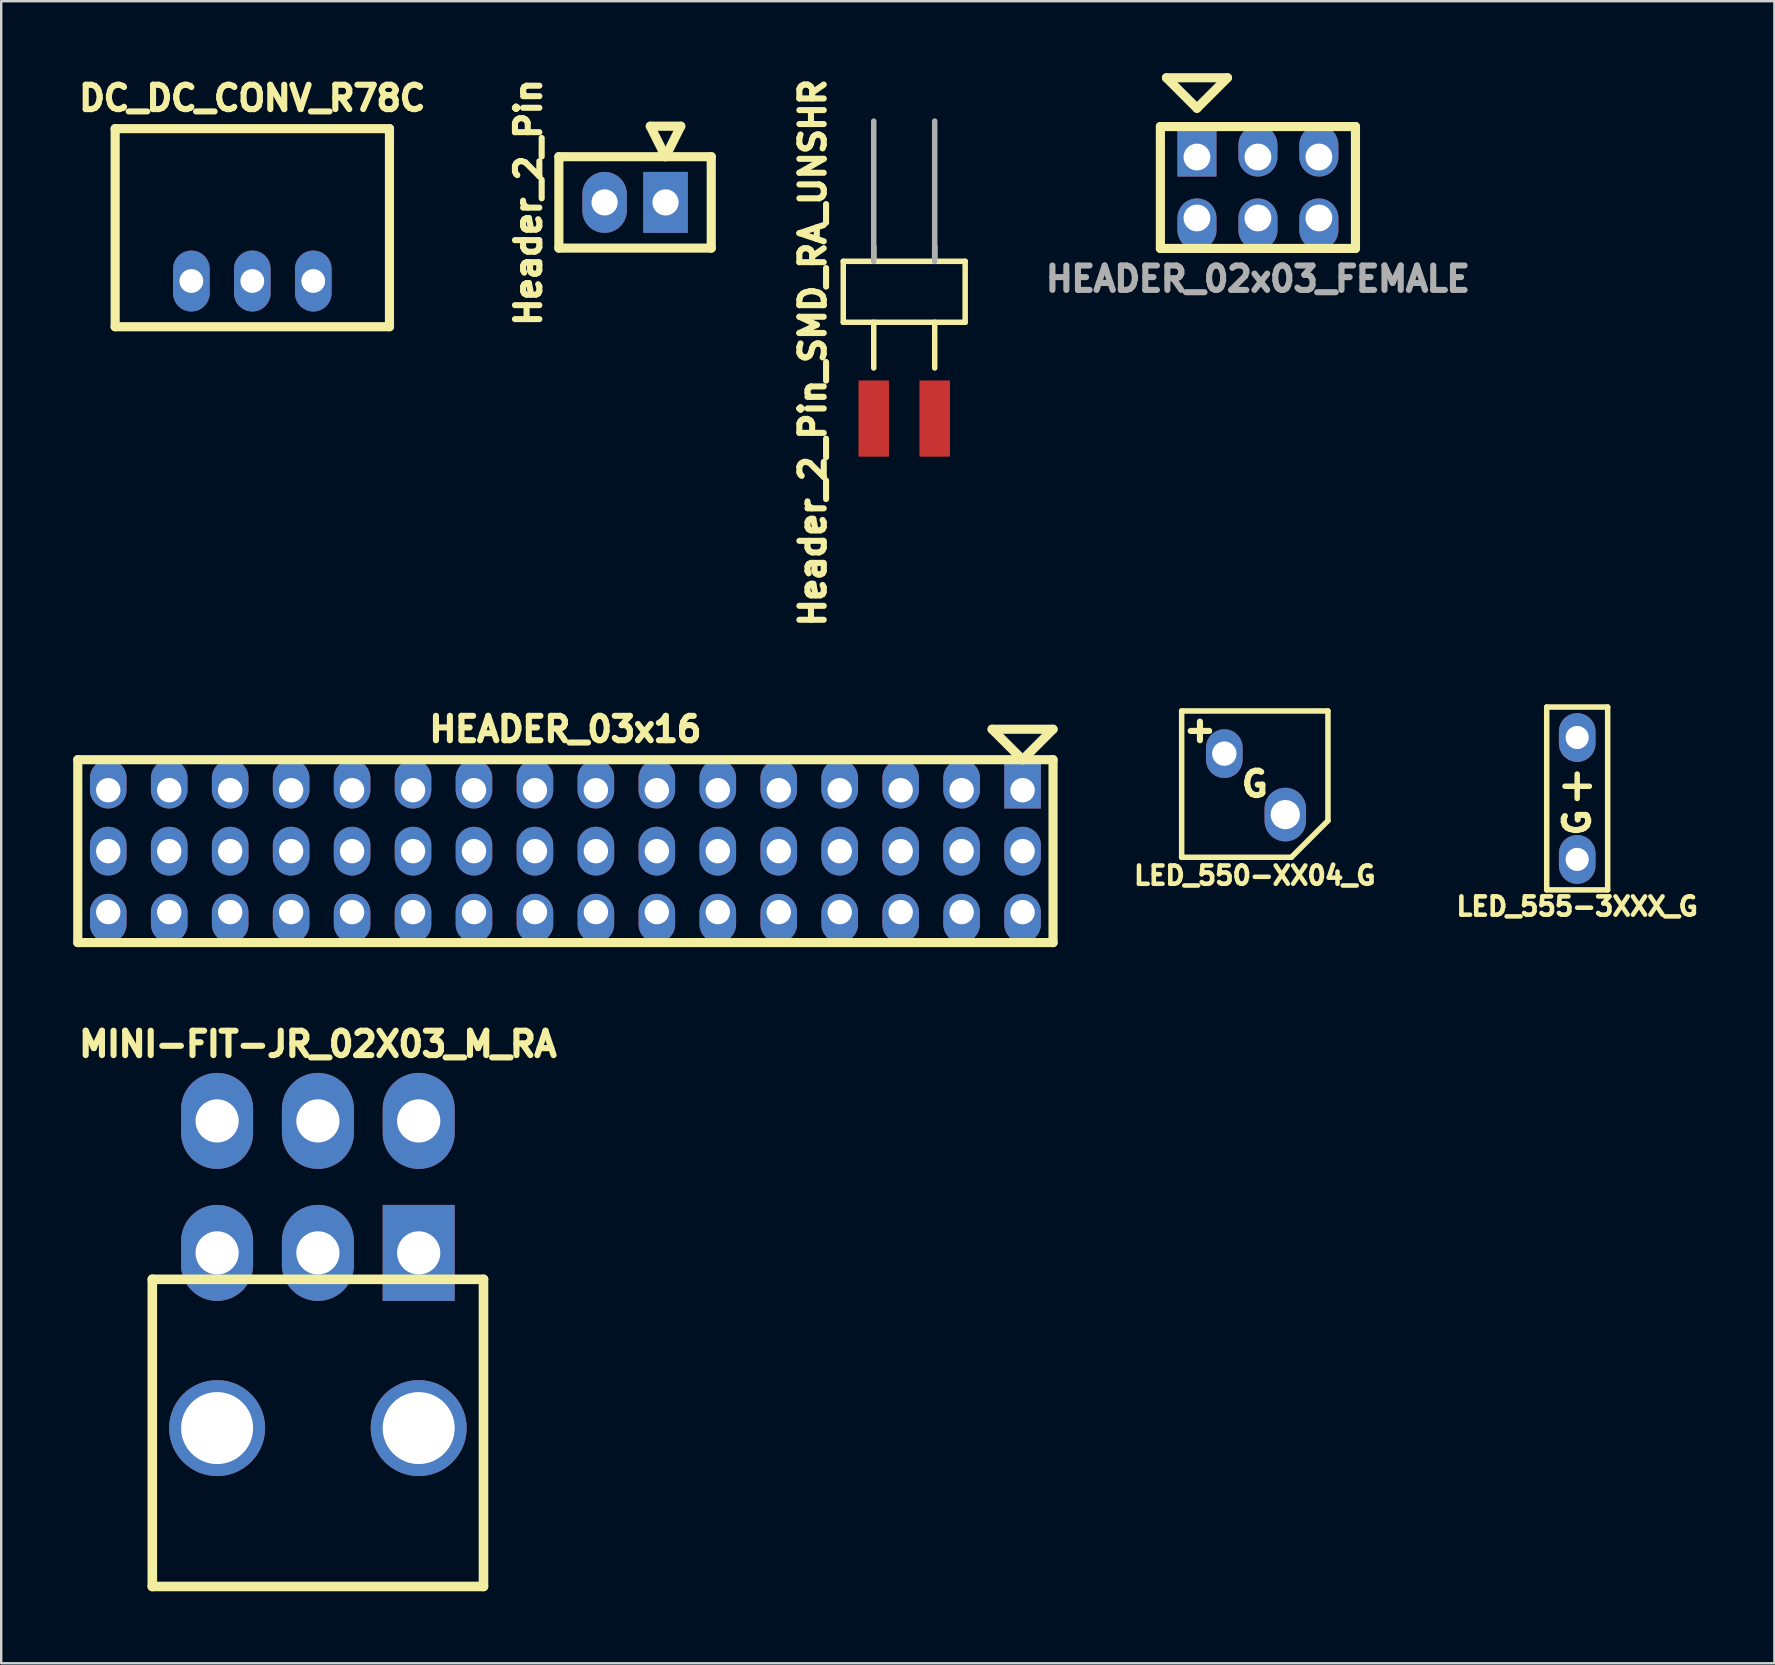
<source format=kicad_pcb>
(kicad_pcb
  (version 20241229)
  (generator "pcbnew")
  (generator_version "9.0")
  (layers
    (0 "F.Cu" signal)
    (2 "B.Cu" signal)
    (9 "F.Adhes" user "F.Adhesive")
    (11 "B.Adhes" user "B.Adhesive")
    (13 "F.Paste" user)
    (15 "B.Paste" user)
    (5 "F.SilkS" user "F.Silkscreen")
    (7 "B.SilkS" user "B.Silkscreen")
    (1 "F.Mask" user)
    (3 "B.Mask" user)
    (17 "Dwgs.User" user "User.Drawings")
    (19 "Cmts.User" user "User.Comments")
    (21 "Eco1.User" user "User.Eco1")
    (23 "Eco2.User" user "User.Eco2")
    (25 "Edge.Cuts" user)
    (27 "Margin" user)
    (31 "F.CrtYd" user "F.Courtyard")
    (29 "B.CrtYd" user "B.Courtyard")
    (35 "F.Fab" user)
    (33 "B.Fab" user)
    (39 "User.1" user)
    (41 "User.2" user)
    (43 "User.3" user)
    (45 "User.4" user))
  (footprint "Header_2_Pin"
    (layer "F.Cu")
    (at 23.413 5.384)
    (property "Reference" "Header_2_Pin" (at -4.445 0 90) (layer "F.SilkS") (effects (font (size 1.016 1.016) (thickness 0.254))))
    (attr through_hole)
    (fp_line (start -3.175 -1.905) (end -3.175 1.905) (stroke (width 0.381) (type solid)) (layer "F.SilkS"))
    (fp_line (start 0.635 -3.175) (end 1.27 -1.905) (stroke (width 0.381) (type solid)) (layer "F.SilkS"))
    (fp_line (start 1.27 -1.905) (end 1.905 -3.175) (stroke (width 0.381) (type solid)) (layer "F.SilkS"))
    (fp_line (start 1.905 -3.175) (end 0.635 -3.175) (stroke (width 0.381) (type solid)) (layer "F.SilkS"))
    (fp_line (start 3.175 -1.905) (end -3.175 -1.905) (stroke (width 0.381) (type solid)) (layer "F.SilkS"))
    (fp_line (start 3.175 1.905) (end -3.175 1.905) (stroke (width 0.381) (type solid)) (layer "F.SilkS"))
    (fp_line (start 3.175 1.905) (end 3.175 -1.905) (stroke (width 0.381) (type solid)) (layer "F.SilkS"))
    (pad "1" thru_hole rect (at 1.27 0) (size 1.854 2.54) (drill 1.092) (layers "*.Cu" "*.Mask"))
    (pad "2" thru_hole oval (at -1.27 0) (size 1.854 2.54) (drill 1.092) (layers "*.Cu" "*.Mask")))
  (footprint "LED_555-3XXX_G"
    (layer "F.Cu")
    (at 62.672 30.222)
    (property "Reference" "LED_555-3XXX_G" (at 0 4.5 0) (layer "F.SilkS") (effects (font (size 0.762 0.762) (thickness 0.191))))
    (attr through_hole)
    (fp_line (start -1.27 -3.81) (end 1.27 -3.81) (stroke (width 0.229) (type solid)) (layer "F.SilkS"))
    (fp_line (start -1.27 3.81) (end -1.27 -3.81) (stroke (width 0.229) (type solid)) (layer "F.SilkS"))
    (fp_line (start -0.508 -0.508) (end 0.508 -0.508) (stroke (width 0.229) (type solid)) (layer "F.SilkS"))
    (fp_line (start 0 0) (end 0 -1.016) (stroke (width 0.229) (type solid)) (layer "F.SilkS"))
    (fp_line (start 1.27 -3.81) (end 1.27 3.81) (stroke (width 0.229) (type solid)) (layer "F.SilkS"))
    (fp_line (start 1.27 3.81) (end -1.27 3.81) (stroke (width 0.229) (type solid)) (layer "F.SilkS"))
    (fp_text user "G" (at 0 1 90) (layer "F.SilkS") (effects (font (size 1.016 1.016) (thickness 0.254))))
    (pad "1" thru_hole oval (at 0 -2.54) (size 1.524 2.032) (drill 0.965) (layers "*.Cu" "*.Mask"))
    (pad "2" thru_hole oval (at 0 2.54) (size 1.524 2.032) (drill 0.965) (layers "*.Cu" "*.Mask")))
  (footprint "MINI-FIT-JR_02X03_M_RA"
    (layer "F.Cu")
    (at 10.197 56.459)
    (property "Reference" "MINI-FIT-JR_02X03_M_RA" (at 0 -16 0) (layer "F.SilkS") (effects (font (size 1.016 1.016) (thickness 0.254))))
    (attr through_hole)
    (fp_line (start -6.9 -6.2) (end -6.9 6.6) (stroke (width 0.4) (type solid)) (layer "F.SilkS"))
    (fp_line (start -6.9 -6.2) (end 6.9 -6.2) (stroke (width 0.4) (type solid)) (layer "F.SilkS"))
    (fp_line (start -6.9 6.6) (end 6.9 6.6) (stroke (width 0.4) (type solid)) (layer "F.SilkS"))
    (fp_line (start 6.9 -6.2) (end 6.9 6.6) (stroke (width 0.4) (type solid)) (layer "F.SilkS"))
    (pad "" thru_hole circle (at -4.2 0) (size 4 4) (drill 3) (layers "*.Cu" "*.Mask"))
    (pad "" thru_hole circle (at 4.2 0) (size 4 4) (drill 3) (layers "*.Cu" "*.Mask"))
    (pad "1" thru_hole rect (at 4.2 -7.3) (size 3 4) (drill 1.8) (layers "*.Cu" "*.Mask"))
    (pad "2" thru_hole oval (at 0 -7.3) (size 3 4) (drill 1.8) (layers "*.Cu" "*.Mask"))
    (pad "3" thru_hole oval (at -4.2 -7.3) (size 3 4) (drill 1.8) (layers "*.Cu" "*.Mask"))
    (pad "4" thru_hole oval (at 4.2 -12.8) (size 3 4) (drill 1.8) (layers "*.Cu" "*.Mask"))
    (pad "5" thru_hole oval (at 0 -12.8) (size 3 4) (drill 1.8) (layers "*.Cu" "*.Mask"))
    (pad "6" thru_hole oval (at -4.2 -12.8) (size 3 4) (drill 1.8) (layers "*.Cu" "*.Mask")))
  (footprint "Header_2_Pin_SMD_RA_UNSHR"
    (layer "F.Cu")
    (at 34.629 9.109)
    (property "Reference" "Header_2_Pin_SMD_RA_UNSHR" (at -3.81 2.54 90) (layer "F.SilkS") (effects (font (size 1.016 1.016) (thickness 0.254))))
    (attr through_hole)
    (fp_line (start -2.54 -1.27) (end -2.54 1.27) (stroke (width 0.229) (type solid)) (layer "F.SilkS"))
    (fp_line (start -2.54 1.27) (end 2.54 1.27) (stroke (width 0.229) (type solid)) (layer "F.SilkS"))
    (fp_line (start -1.27 -1.27) (end -1.27 -1.905) (stroke (width 0.229) (type solid)) (layer "F.SilkS"))
    (fp_line (start -1.27 1.27) (end -1.27 3.175) (stroke (width 0.229) (type solid)) (layer "F.SilkS"))
    (fp_line (start 1.27 -1.27) (end 1.27 -1.905) (stroke (width 0.229) (type solid)) (layer "F.SilkS"))
    (fp_line (start 1.27 1.27) (end 1.27 3.175) (stroke (width 0.229) (type solid)) (layer "F.SilkS"))
    (fp_line (start 2.54 -1.27) (end -2.54 -1.27) (stroke (width 0.229) (type solid)) (layer "F.SilkS"))
    (fp_line (start 2.54 1.27) (end 2.54 -1.27) (stroke (width 0.229) (type solid)) (layer "F.SilkS"))
    (fp_line (start -1.27 -7.112) (end -1.27 -1.27) (stroke (width 0.229) (type solid)) (layer "F.Fab"))
    (fp_line (start 1.27 -7.112) (end 1.27 -1.27) (stroke (width 0.229) (type solid)) (layer "F.Fab"))
    (pad "1" smd rect (at -1.27 5.283) (size 1.27 3.175) (layers "F.Cu" "F.Mask" "F.Paste"))
    (pad "2" smd rect (at 1.27 5.283) (size 1.27 3.175) (layers "F.Cu" "F.Mask" "F.Paste")))
  (footprint "DC_DC_CONV_R78C"
    (layer "F.Cu")
    (at 7.464 8.66)
    (property "Reference" "DC_DC_CONV_R78C" (at 0 -7.62 0) (layer "F.SilkS") (effects (font (size 1.016 1.016) (thickness 0.254))))
    (attr through_hole)
    (fp_line (start -5.715 -6.35) (end -5.715 1.905) (stroke (width 0.381) (type solid)) (layer "F.SilkS"))
    (fp_line (start -5.715 1.905) (end 5.715 1.905) (stroke (width 0.381) (type solid)) (layer "F.SilkS"))
    (fp_line (start 5.715 -6.35) (end -5.715 -6.35) (stroke (width 0.381) (type solid)) (layer "F.SilkS"))
    (fp_line (start 5.715 1.905) (end 5.715 -6.35) (stroke (width 0.381) (type solid)) (layer "F.SilkS"))
    (pad "1" thru_hole oval (at -2.54 0) (size 1.524 2.54) (drill 0.991) (layers "*.Cu" "*.Mask"))
    (pad "2" thru_hole oval (at 0 0) (size 1.524 2.54) (drill 0.991) (layers "*.Cu" "*.Mask"))
    (pad "3" thru_hole oval (at 2.54 0) (size 1.524 2.54) (drill 0.991) (layers "*.Cu" "*.Mask")))
  (footprint "HEADER_03x16"
    (layer "F.Cu")
    (at 20.511 32.418)
    (property "Reference" "HEADER_03x16" (at 0 -5.08 0) (layer "F.SilkS") (effects (font (size 1.016 1.016) (thickness 0.254))))
    (attr through_hole)
    (fp_line (start -20.32 -3.81) (end 20.32 -3.81) (stroke (width 0.381) (type solid)) (layer "F.SilkS"))
    (fp_line (start -20.32 3.81) (end -20.32 -3.81) (stroke (width 0.381) (type solid)) (layer "F.SilkS"))
    (fp_line (start 17.78 -5.08) (end 19.05 -3.81) (stroke (width 0.381) (type solid)) (layer "F.SilkS"))
    (fp_line (start 19.05 -3.81) (end 20.32 -5.08) (stroke (width 0.381) (type solid)) (layer "F.SilkS"))
    (fp_line (start 20.32 -5.08) (end 17.78 -5.08) (stroke (width 0.381) (type solid)) (layer "F.SilkS"))
    (fp_line (start 20.32 -3.81) (end 20.32 3.81) (stroke (width 0.381) (type solid)) (layer "F.SilkS"))
    (fp_line (start 20.32 3.81) (end -20.32 3.81) (stroke (width 0.381) (type solid)) (layer "F.SilkS"))
    (pad "1" thru_hole rect (at 19.05 -2.54) (size 1.524 2.032) (drill 1.016 (offset 0 -0.254)) (layers "*.Cu" "*.Mask"))
    (pad "2" thru_hole oval (at 19.05 0) (size 1.524 2.032) (drill 1.016) (layers "*.Cu" "*.Mask"))
    (pad "3" thru_hole oval (at 19.05 2.54) (size 1.524 2.032) (drill 1.016 (offset 0 0.254)) (layers "*.Cu" "*.Mask"))
    (pad "4" thru_hole oval (at 16.51 -2.54) (size 1.524 2.032) (drill 1.016 (offset 0 -0.254)) (layers "*.Cu" "*.Mask"))
    (pad "5" thru_hole oval (at 16.51 0) (size 1.524 2.032) (drill 1.016) (layers "*.Cu" "*.Mask"))
    (pad "6" thru_hole oval (at 16.51 2.54) (size 1.524 2.032) (drill 1.016 (offset 0 0.254)) (layers "*.Cu" "*.Mask"))
    (pad "7" thru_hole oval (at 13.97 -2.54) (size 1.524 2.032) (drill 1.016 (offset 0 -0.254)) (layers "*.Cu" "*.Mask"))
    (pad "8" thru_hole oval (at 13.97 0) (size 1.524 2.032) (drill 1.016) (layers "*.Cu" "*.Mask"))
    (pad "9" thru_hole oval (at 13.97 2.54) (size 1.524 2.032) (drill 1.016 (offset 0 0.254)) (layers "*.Cu" "*.Mask"))
    (pad "10" thru_hole oval (at 11.43 -2.54) (size 1.524 2.032) (drill 1.016 (offset 0 -0.254)) (layers "*.Cu" "*.Mask"))
    (pad "11" thru_hole oval (at 11.43 0) (size 1.524 2.032) (drill 1.016) (layers "*.Cu" "*.Mask"))
    (pad "12" thru_hole oval (at 11.43 2.54) (size 1.524 2.032) (drill 1.016 (offset 0 0.254)) (layers "*.Cu" "*.Mask"))
    (pad "13" thru_hole oval (at 8.89 -2.54) (size 1.524 2.032) (drill 1.016 (offset 0 -0.254)) (layers "*.Cu" "*.Mask"))
    (pad "14" thru_hole oval (at 8.89 0) (size 1.524 2.032) (drill 1.016) (layers "*.Cu" "*.Mask"))
    (pad "15" thru_hole oval (at 8.89 2.54) (size 1.524 2.032) (drill 1.016 (offset 0 0.254)) (layers "*.Cu" "*.Mask"))
    (pad "16" thru_hole oval (at 6.35 -2.54) (size 1.524 2.032) (drill 1.016 (offset 0 -0.254)) (layers "*.Cu" "*.Mask"))
    (pad "17" thru_hole oval (at 6.35 0) (size 1.524 2.032) (drill 1.016) (layers "*.Cu" "*.Mask"))
    (pad "18" thru_hole oval (at 6.35 2.54) (size 1.524 2.032) (drill 1.016 (offset 0 0.254)) (layers "*.Cu" "*.Mask"))
    (pad "19" thru_hole oval (at 3.81 -2.54) (size 1.524 2.032) (drill 1.016 (offset 0 -0.254)) (layers "*.Cu" "*.Mask"))
    (pad "20" thru_hole oval (at 3.81 0) (size 1.524 2.032) (drill 1.016) (layers "*.Cu" "*.Mask"))
    (pad "21" thru_hole oval (at 3.81 2.54) (size 1.524 2.032) (drill 1.016 (offset 0 0.254)) (layers "*.Cu" "*.Mask"))
    (pad "22" thru_hole oval (at 1.27 -2.54) (size 1.524 2.032) (drill 1.016 (offset 0 -0.254)) (layers "*.Cu" "*.Mask"))
    (pad "23" thru_hole oval (at 1.27 0) (size 1.524 2.032) (drill 1.016) (layers "*.Cu" "*.Mask"))
    (pad "24" thru_hole oval (at 1.27 2.54) (size 1.524 2.032) (drill 1.016 (offset 0 0.254)) (layers "*.Cu" "*.Mask"))
    (pad "25" thru_hole oval (at -1.27 -2.54) (size 1.524 2.032) (drill 1.016 (offset 0 -0.254)) (layers "*.Cu" "*.Mask"))
    (pad "26" thru_hole oval (at -1.27 0) (size 1.524 2.032) (drill 1.016) (layers "*.Cu" "*.Mask"))
    (pad "27" thru_hole oval (at -1.27 2.54) (size 1.524 2.032) (drill 1.016 (offset 0 0.254)) (layers "*.Cu" "*.Mask"))
    (pad "28" thru_hole oval (at -3.81 -2.54) (size 1.524 2.032) (drill 1.016 (offset 0 -0.254)) (layers "*.Cu" "*.Mask"))
    (pad "29" thru_hole oval (at -3.81 0) (size 1.524 2.032) (drill 1.016) (layers "*.Cu" "*.Mask"))
    (pad "30" thru_hole oval (at -3.81 2.54) (size 1.524 2.032) (drill 1.016 (offset 0 0.254)) (layers "*.Cu" "*.Mask"))
    (pad "31" thru_hole oval (at -6.35 -2.54) (size 1.524 2.032) (drill 1.016 (offset 0 -0.254)) (layers "*.Cu" "*.Mask"))
    (pad "32" thru_hole oval (at -6.35 0) (size 1.524 2.032) (drill 1.016) (layers "*.Cu" "*.Mask"))
    (pad "33" thru_hole oval (at -6.35 2.54) (size 1.524 2.032) (drill 1.016 (offset 0 0.254)) (layers "*.Cu" "*.Mask"))
    (pad "34" thru_hole oval (at -8.89 -2.54) (size 1.524 2.032) (drill 1.016 (offset 0 -0.254)) (layers "*.Cu" "*.Mask"))
    (pad "35" thru_hole oval (at -8.89 0) (size 1.524 2.032) (drill 1.016) (layers "*.Cu" "*.Mask"))
    (pad "36" thru_hole oval (at -8.89 2.54) (size 1.524 2.032) (drill 1.016 (offset 0 0.254)) (layers "*.Cu" "*.Mask"))
    (pad "37" thru_hole oval (at -11.43 -2.54) (size 1.524 2.032) (drill 1.016 (offset 0 -0.254)) (layers "*.Cu" "*.Mask"))
    (pad "38" thru_hole oval (at -11.43 0) (size 1.524 2.032) (drill 1.016) (layers "*.Cu" "*.Mask"))
    (pad "39" thru_hole oval (at -11.43 2.54) (size 1.524 2.032) (drill 1.016 (offset 0 0.254)) (layers "*.Cu" "*.Mask"))
    (pad "40" thru_hole oval (at -13.97 -2.54) (size 1.524 2.032) (drill 1.016 (offset 0 -0.254)) (layers "*.Cu" "*.Mask"))
    (pad "41" thru_hole oval (at -13.97 0) (size 1.524 2.032) (drill 1.016) (layers "*.Cu" "*.Mask"))
    (pad "42" thru_hole oval (at -13.97 2.54) (size 1.524 2.032) (drill 1.016 (offset 0 0.254)) (layers "*.Cu" "*.Mask"))
    (pad "43" thru_hole oval (at -16.51 -2.54) (size 1.524 2.032) (drill 1.016 (offset 0 -0.254)) (layers "*.Cu" "*.Mask"))
    (pad "44" thru_hole oval (at -16.51 0) (size 1.524 2.032) (drill 1.016) (layers "*.Cu" "*.Mask"))
    (pad "45" thru_hole oval (at -16.51 2.54) (size 1.524 2.032) (drill 1.016 (offset 0 0.254)) (layers "*.Cu" "*.Mask"))
    (pad "46" thru_hole oval (at -19.05 -2.54) (size 1.524 2.032) (drill 1.016 (offset 0 -0.254)) (layers "*.Cu" "*.Mask"))
    (pad "47" thru_hole oval (at -19.05 0) (size 1.524 2.032) (drill 1.016) (layers "*.Cu" "*.Mask"))
    (pad "48" thru_hole oval (at -19.05 2.54) (size 1.524 2.032) (drill 1.016 (offset 0 0.254)) (layers "*.Cu" "*.Mask")))
  (footprint "HEADER_02x03_FEMALE"
    (layer "F.Cu")
    (at 49.368 4.763)
    (property "Reference" "HEADER_02x03_FEMALE" (at 0 3.81 0) (layer "F.Fab") (effects (font (size 1.016 1.016) (thickness 0.254))))
    (attr through_hole)
    (fp_line (start -4.064 -2.54) (end -4.064 2.54) (stroke (width 0.381) (type solid)) (layer "F.SilkS"))
    (fp_line (start -4.064 2.54) (end 4.064 2.54) (stroke (width 0.381) (type solid)) (layer "F.SilkS"))
    (fp_line (start -3.81 -4.572) (end -2.54 -3.302) (stroke (width 0.381) (type solid)) (layer "F.SilkS"))
    (fp_line (start -2.54 -3.302) (end -1.27 -4.572) (stroke (width 0.381) (type solid)) (layer "F.SilkS"))
    (fp_line (start -1.27 -4.572) (end -3.81 -4.572) (stroke (width 0.381) (type solid)) (layer "F.SilkS"))
    (fp_line (start 4.064 -2.54) (end -4.064 -2.54) (stroke (width 0.381) (type solid)) (layer "F.SilkS"))
    (fp_line (start 4.064 -2.54) (end 4.064 2.54) (stroke (width 0.381) (type solid)) (layer "F.SilkS"))
    (pad "1" thru_hole rect (at -2.54 -1.27) (size 1.626 2.134) (drill 1.118 (offset 0 -0.254)) (layers "*.Cu" "*.Mask"))
    (pad "2" thru_hole oval (at -2.54 1.27) (size 1.626 2.134) (drill 1.118 (offset 0 0.254)) (layers "*.Cu" "*.Mask"))
    (pad "3" thru_hole oval (at 0 -1.27) (size 1.626 2.134) (drill 1.118 (offset 0 -0.254)) (layers "*.Cu" "*.Mask"))
    (pad "4" thru_hole oval (at 0 1.27) (size 1.626 2.134) (drill 1.118 (offset 0 0.254)) (layers "*.Cu" "*.Mask"))
    (pad "5" thru_hole oval (at 2.54 -1.27) (size 1.626 2.134) (drill 1.118 (offset 0 -0.254)) (layers "*.Cu" "*.Mask"))
    (pad "6" thru_hole oval (at 2.54 1.27) (size 1.626 2.134) (drill 1.118 (offset 0 0.254)) (layers "*.Cu" "*.Mask")))
  (footprint "LED_550-XX04_G"
    (layer "F.Cu")
    (at 49.238 29.624)
    (property "Reference" "LED_550-XX04_G" (at 0 3.81 0) (layer "F.SilkS") (effects (font (size 0.762 0.762) (thickness 0.191))))
    (attr through_hole)
    (fp_line (start -3.048 -3.048) (end 3.048 -3.048) (stroke (width 0.229) (type solid)) (layer "F.SilkS"))
    (fp_line (start -3.048 3.048) (end -3.048 -3.048) (stroke (width 0.229) (type solid)) (layer "F.SilkS"))
    (fp_line (start 1.524 3.048) (end -3.048 3.048) (stroke (width 0.229) (type solid)) (layer "F.SilkS"))
    (fp_line (start 1.524 3.048) (end 3.048 1.524) (stroke (width 0.229) (type solid)) (layer "F.SilkS"))
    (fp_line (start 3.048 -3.048) (end 3.048 1.524) (stroke (width 0.229) (type solid)) (layer "F.SilkS"))
    (fp_text user "G" (at 0 0 180) (layer "F.SilkS") (effects (font (size 1.016 1.016) (thickness 0.254))))
    (fp_text user "+" (at -2.286 -2.286 0) (layer "F.SilkS") (effects (font (size 1.016 1.016) (thickness 0.254))))
    (pad "1" thru_hole oval (at -1.27 -1.27) (size 1.524 2.032) (drill 1.016) (layers "*.Cu" "*.Mask"))
    (pad "2" thru_hole oval (at 1.27 1.27) (size 1.727 2.235) (drill 1.219) (layers "*.Cu" "*.Mask")))
  (gr_rect
    (start -3 -3)
    (end 70.889 66.259)
    (stroke (width 0.1) (type default))
    (fill no)
    (layer "Edge.Cuts")))
</source>
